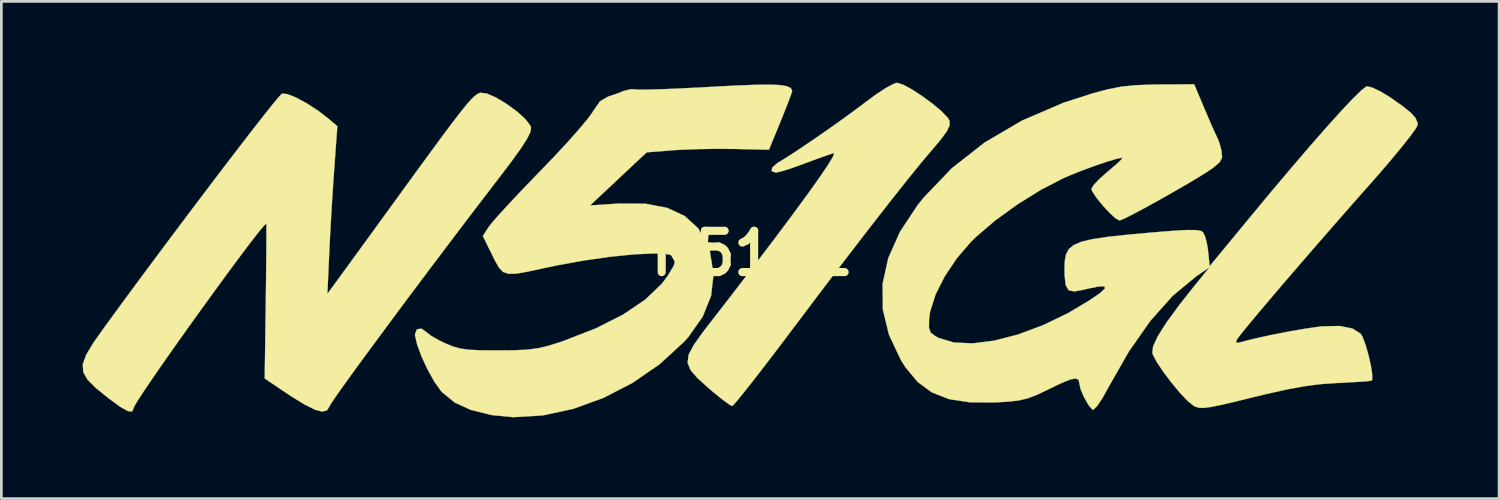
<source format=kicad_pcb>
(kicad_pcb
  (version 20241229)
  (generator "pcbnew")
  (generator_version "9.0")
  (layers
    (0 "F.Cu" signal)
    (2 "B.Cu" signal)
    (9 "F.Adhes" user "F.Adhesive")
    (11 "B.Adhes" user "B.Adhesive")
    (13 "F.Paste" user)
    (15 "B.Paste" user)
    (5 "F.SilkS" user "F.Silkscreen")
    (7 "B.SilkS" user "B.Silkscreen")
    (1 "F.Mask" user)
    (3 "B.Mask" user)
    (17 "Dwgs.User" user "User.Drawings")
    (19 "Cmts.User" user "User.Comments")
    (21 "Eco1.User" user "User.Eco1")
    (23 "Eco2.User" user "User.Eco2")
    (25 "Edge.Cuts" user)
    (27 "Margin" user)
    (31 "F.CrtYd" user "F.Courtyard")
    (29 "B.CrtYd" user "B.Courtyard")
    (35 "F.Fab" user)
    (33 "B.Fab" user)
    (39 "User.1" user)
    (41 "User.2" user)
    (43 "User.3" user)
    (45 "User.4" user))
  (footprint "N51GL"
    (layer "F.Cu")
    (at 24.631 6.3)
    (property "Reference" "N51GL" (at 0 0 0) (layer "F.SilkS") (effects (font (size 1.524 1.524) (thickness 0.3))))
    (attr through_hole)
    (fp_poly (pts (xy 5.641 -6.227) (xy 5.969 -6.05) (xy 6.35 -5.801) (xy 6.732 -5.519) (xy 7.063 -5.241) (xy 7.289 -5.006) (xy 7.357 -4.889) (xy 7.355 -4.717) (xy 7.248 -4.495) (xy 7.015 -4.182) (xy 6.818 -3.95) (xy 6.376 -3.427) (xy 5.815 -2.738) (xy 5.147 -1.895) (xy 4.381 -0.912) (xy 3.528 0.197) (xy 2.598 1.419) (xy 1.601 2.742) (xy 1.566 2.788) (xy 1.046 3.478) (xy 0.565 4.108) (xy 0.141 4.656) (xy -0.211 5.102) (xy -0.474 5.425) (xy -0.631 5.603) (xy -0.667 5.632) (xy -0.79 5.564) (xy -1.035 5.383) (xy -1.361 5.119) (xy -1.543 4.964) (xy -1.945 4.602) (xy -2.201 4.307) (xy -2.31 4.034) (xy -2.273 3.742) (xy -2.09 3.388) (xy -1.763 2.929) (xy -1.569 2.676) (xy -0.64 1.477) (xy 0.199 0.382) (xy 0.945 -0.601) (xy 1.589 -1.464) (xy 2.128 -2.198) (xy 2.554 -2.797) (xy 2.862 -3.251) (xy 3.046 -3.552) (xy 3.101 -3.694) (xy 3.079 -3.702) (xy 2.853 -3.627) (xy 2.491 -3.498) (xy 2.062 -3.34) (xy 1.964 -3.303) (xy 1.547 -3.153) (xy 1.196 -3.041) (xy 0.973 -2.985) (xy 0.942 -2.982) (xy 0.791 -3.036) (xy 0.812 -3.168) (xy 0.995 -3.328) (xy 1.014 -3.34) (xy 1.373 -3.56) (xy 1.858 -3.879) (xy 2.421 -4.26) (xy 3.011 -4.671) (xy 3.579 -5.077) (xy 4.075 -5.443) (xy 4.272 -5.593) (xy 4.674 -5.888) (xy 5.036 -6.122) (xy 5.31 -6.265) (xy 5.419 -6.295) (xy 5.641 -6.227)) (stroke (width 0.01) (type solid)) (fill yes) (layer "F.SilkS"))
    (fp_poly (pts (xy -9.717 -5.898) (xy -9.379 -5.75) (xy -8.995 -5.52) (xy -8.62 -5.248) (xy -8.31 -4.97) (xy -8.119 -4.726) (xy -8.085 -4.63) (xy -8.113 -4.474) (xy -8.234 -4.229) (xy -8.46 -3.877) (xy -8.805 -3.398) (xy -9.281 -2.77) (xy -9.288 -2.761) (xy -9.896 -1.97) (xy -10.533 -1.134) (xy -11.186 -0.272) (xy -11.842 0.597) (xy -12.485 1.455) (xy -13.102 2.282) (xy -13.678 3.06) (xy -14.201 3.769) (xy -14.656 4.392) (xy -15.028 4.908) (xy -15.305 5.3) (xy -15.471 5.548) (xy -15.514 5.626) (xy -15.613 5.787) (xy -15.788 5.837) (xy -16.06 5.767) (xy -16.45 5.572) (xy -16.978 5.245) (xy -17.267 5.052) (xy -17.914 4.614) (xy -17.874 1.755) (xy -17.864 0.986) (xy -17.857 0.296) (xy -17.852 -0.287) (xy -17.85 -0.734) (xy -17.851 -1.016) (xy -17.854 -1.104) (xy -17.947 -1.018) (xy -18.149 -0.774) (xy -18.442 -0.397) (xy -18.809 0.089) (xy -19.232 0.66) (xy -19.694 1.291) (xy -20.178 1.959) (xy -20.667 2.638) (xy -21.142 3.306) (xy -21.587 3.938) (xy -21.984 4.509) (xy -22.315 4.996) (xy -22.565 5.375) (xy -22.714 5.62) (xy -22.75 5.703) (xy -22.8 5.831) (xy -22.96 5.819) (xy -23.245 5.66) (xy -23.67 5.349) (xy -23.688 5.335) (xy -24.144 4.966) (xy -24.45 4.661) (xy -24.61 4.38) (xy -24.626 4.085) (xy -24.498 3.735) (xy -24.229 3.291) (xy -23.821 2.715) (xy -23.815 2.706) (xy -23.249 1.931) (xy -22.643 1.108) (xy -22.009 0.254) (xy -21.363 -0.611) (xy -20.718 -1.47) (xy -20.088 -2.304) (xy -19.488 -3.095) (xy -18.931 -3.823) (xy -18.431 -4.471) (xy -18.003 -5.02) (xy -17.66 -5.451) (xy -17.417 -5.746) (xy -17.288 -5.887) (xy -17.275 -5.896) (xy -17.076 -5.878) (xy -16.754 -5.749) (xy -16.359 -5.535) (xy -15.94 -5.263) (xy -15.56 -4.97) (xy -15.234 -4.693) (xy -15.351 -3.092) (xy -15.402 -2.342) (xy -15.454 -1.501) (xy -15.501 -0.674) (xy -15.534 0) (xy -15.601 1.491) (xy -15.196 0.939) (xy -15.019 0.696) (xy -14.735 0.307) (xy -14.368 -0.198) (xy -13.939 -0.788) (xy -13.473 -1.43) (xy -13.108 -1.933) (xy -12.421 -2.878) (xy -11.85 -3.66) (xy -11.384 -4.294) (xy -11.009 -4.797) (xy -10.713 -5.182) (xy -10.484 -5.468) (xy -10.309 -5.668) (xy -10.176 -5.8) (xy -10.072 -5.878) (xy -9.985 -5.919) (xy -9.955 -5.928) (xy -9.717 -5.898)) (stroke (width 0.01) (type solid)) (fill yes) (layer "F.SilkS"))
    (fp_poly (pts (xy 1.1 -6.211) (xy 1.351 -6.17) (xy 1.492 -6.105) (xy 1.544 -6.013) (xy 1.546 -5.987) (xy 1.507 -5.858) (xy 1.4 -5.572) (xy 1.244 -5.176) (xy 1.119 -4.867) (xy 0.692 -3.826) (xy -0.593 -3.854) (xy -1.233 -3.859) (xy -1.915 -3.848) (xy -2.537 -3.825) (xy -2.849 -3.806) (xy -3.82 -3.73) (xy -4.864 -2.751) (xy -5.908 -1.771) (xy -4.847 -1.839) (xy -3.877 -1.835) (xy -3.07 -1.683) (xy -2.42 -1.382) (xy -1.925 -0.93) (xy -1.579 -0.324) (xy -1.483 -0.044) (xy -1.353 0.769) (xy -1.443 1.562) (xy -1.753 2.334) (xy -2.283 3.086) (xy -2.451 3.271) (xy -3.341 4.086) (xy -4.342 4.777) (xy -5.418 5.332) (xy -6.535 5.737) (xy -7.656 5.978) (xy -8.747 6.043) (xy -9.549 5.963) (xy -10.313 5.773) (xy -10.903 5.503) (xy -11.357 5.132) (xy -11.422 5.06) (xy -11.658 4.725) (xy -11.902 4.287) (xy -12.122 3.814) (xy -12.287 3.374) (xy -12.366 3.034) (xy -12.369 2.981) (xy -12.297 2.8) (xy -12.129 2.776) (xy -11.937 2.914) (xy -11.769 3.043) (xy -11.473 3.211) (xy -11.233 3.326) (xy -10.96 3.437) (xy -10.693 3.511) (xy -10.378 3.554) (xy -9.96 3.575) (xy -9.384 3.58) (xy -9.277 3.58) (xy -8.666 3.573) (xy -8.206 3.549) (xy -7.827 3.499) (xy -7.458 3.412) (xy -7.03 3.278) (xy -6.878 3.226) (xy -5.686 2.762) (xy -4.679 2.251) (xy -3.865 1.699) (xy -3.256 1.113) (xy -3.048 0.834) (xy -2.823 0.458) (xy -2.752 0.215) (xy -2.853 0.076) (xy -3.141 0.014) (xy -3.562 0.002) (xy -4.3 0.036) (xy -5.186 0.126) (xy -6.156 0.265) (xy -7.148 0.445) (xy -7.612 0.543) (xy -8.208 0.672) (xy -8.63 0.746) (xy -8.92 0.753) (xy -9.119 0.683) (xy -9.27 0.526) (xy -9.415 0.271) (xy -9.516 0.067) (xy -9.865 -0.64) (xy -9.654 -0.972) (xy -9.515 -1.148) (xy -9.247 -1.453) (xy -8.875 -1.857) (xy -8.426 -2.334) (xy -7.925 -2.855) (xy -7.73 -3.055) (xy -7.215 -3.591) (xy -6.74 -4.103) (xy -6.334 -4.56) (xy -6.022 -4.931) (xy -5.831 -5.188) (xy -5.798 -5.245) (xy -5.541 -5.613) (xy -5.246 -5.785) (xy -4.92 -5.894) (xy -4.673 -5.993) (xy -4.398 -6.06) (xy -4.229 -6.05) (xy -4.064 -6.041) (xy -3.713 -6.045) (xy -3.209 -6.06) (xy -2.585 -6.086) (xy -1.877 -6.121) (xy -1.451 -6.145) (xy -0.538 -6.193) (xy 0.177 -6.221) (xy 0.715 -6.227) (xy 1.1 -6.211)) (stroke (width 0.01) (type solid)) (fill yes) (layer "F.SilkS"))
    (fp_poly (pts (xy 16.777 -5.301) (xy 16.959 -4.875) (xy 17.114 -4.524) (xy 17.218 -4.299) (xy 17.243 -4.252) (xy 17.314 -4.072) (xy 17.387 -3.795) (xy 17.387 -3.793) (xy 17.412 -3.549) (xy 17.328 -3.37) (xy 17.096 -3.169) (xy 16.858 -3.008) (xy 16.493 -2.782) (xy 16.039 -2.512) (xy 15.535 -2.222) (xy 15.021 -1.932) (xy 14.535 -1.664) (xy 14.116 -1.441) (xy 13.803 -1.285) (xy 13.635 -1.216) (xy 13.624 -1.215) (xy 13.48 -1.295) (xy 13.257 -1.499) (xy 13.008 -1.769) (xy 12.781 -2.048) (xy 12.627 -2.279) (xy 12.59 -2.384) (xy 12.67 -2.52) (xy 12.882 -2.744) (xy 13.18 -3.009) (xy 13.207 -3.031) (xy 13.493 -3.273) (xy 13.682 -3.451) (xy 13.737 -3.531) (xy 13.732 -3.532) (xy 13.524 -3.492) (xy 13.169 -3.386) (xy 12.725 -3.236) (xy 12.247 -3.06) (xy 11.794 -2.879) (xy 11.554 -2.775) (xy 10.719 -2.344) (xy 9.853 -1.804) (xy 9.03 -1.208) (xy 8.325 -0.605) (xy 8.157 -0.441) (xy 7.625 0.177) (xy 7.176 0.848) (xy 6.838 1.52) (xy 6.639 2.144) (xy 6.6 2.429) (xy 6.596 2.744) (xy 6.66 2.925) (xy 6.837 3.057) (xy 6.957 3.119) (xy 7.517 3.289) (xy 8.212 3.319) (xy 9.011 3.217) (xy 9.885 2.992) (xy 10.803 2.65) (xy 11.735 2.199) (xy 12.534 1.723) (xy 12.911 1.462) (xy 13.09 1.294) (xy 13.07 1.215) (xy 12.848 1.222) (xy 12.422 1.31) (xy 12.296 1.341) (xy 11.958 1.403) (xy 11.75 1.359) (xy 11.641 1.176) (xy 11.601 0.821) (xy 11.597 0.592) (xy 11.606 0.286) (xy 11.651 0.04) (xy 11.753 -0.156) (xy 11.936 -0.309) (xy 12.222 -0.43) (xy 12.635 -0.528) (xy 13.196 -0.612) (xy 13.93 -0.691) (xy 14.858 -0.774) (xy 14.995 -0.786) (xy 15.656 -0.838) (xy 16.129 -0.863) (xy 16.443 -0.86) (xy 16.628 -0.831) (xy 16.704 -0.789) (xy 16.791 -0.608) (xy 16.866 -0.294) (xy 16.894 -0.092) (xy 16.952 0.473) (xy 18.399 -1.282) (xy 19.213 -2.263) (xy 19.972 -3.162) (xy 20.663 -3.968) (xy 21.276 -4.667) (xy 21.8 -5.248) (xy 22.223 -5.697) (xy 22.534 -6.002) (xy 22.722 -6.151) (xy 22.754 -6.164) (xy 22.944 -6.122) (xy 23.248 -5.979) (xy 23.601 -5.765) (xy 23.617 -5.754) (xy 24.078 -5.43) (xy 24.379 -5.187) (xy 24.55 -4.995) (xy 24.62 -4.825) (xy 24.627 -4.743) (xy 24.556 -4.604) (xy 24.356 -4.327) (xy 24.048 -3.937) (xy 23.652 -3.459) (xy 23.188 -2.918) (xy 22.832 -2.514) (xy 22.23 -1.833) (xy 21.605 -1.121) (xy 20.976 -0.399) (xy 20.36 0.311) (xy 19.777 0.989) (xy 19.243 1.614) (xy 18.778 2.163) (xy 18.4 2.616) (xy 18.127 2.952) (xy 17.976 3.149) (xy 17.958 3.176) (xy 17.921 3.291) (xy 18.039 3.292) (xy 18.124 3.269) (xy 18.585 3.15) (xy 19.184 3.018) (xy 19.84 2.889) (xy 20.469 2.779) (xy 20.992 2.704) (xy 21.116 2.691) (xy 21.744 2.678) (xy 22.219 2.77) (xy 22.521 2.961) (xy 22.593 3.075) (xy 22.714 3.402) (xy 22.822 3.785) (xy 22.905 4.162) (xy 22.951 4.476) (xy 22.947 4.666) (xy 22.925 4.695) (xy 22.771 4.715) (xy 22.447 4.739) (xy 22.005 4.765) (xy 21.629 4.783) (xy 21.039 4.824) (xy 20.434 4.903) (xy 19.757 5.028) (xy 18.952 5.21) (xy 18.55 5.308) (xy 17.86 5.478) (xy 17.351 5.596) (xy 16.987 5.669) (xy 16.735 5.7) (xy 16.561 5.695) (xy 16.432 5.658) (xy 16.36 5.622) (xy 16.139 5.442) (xy 15.848 5.134) (xy 15.53 4.751) (xy 15.229 4.349) (xy 14.987 3.985) (xy 14.849 3.713) (xy 14.838 3.678) (xy 14.865 3.433) (xy 15.038 3.058) (xy 15.362 2.546) (xy 15.84 1.894) (xy 16.373 1.219) (xy 16.952 0.506) (xy 16.455 0.848) (xy 15.594 1.559) (xy 14.763 2.489) (xy 13.962 3.635) (xy 13.251 4.881) (xy 12.999 5.335) (xy 12.797 5.637) (xy 12.662 5.766) (xy 12.63 5.765) (xy 12.484 5.597) (xy 12.322 5.316) (xy 12.194 5.018) (xy 12.148 4.816) (xy 12.119 4.668) (xy 12.012 4.613) (xy 11.797 4.656) (xy 11.445 4.802) (xy 11.052 4.992) (xy 10.602 5.208) (xy 10.246 5.346) (xy 9.902 5.427) (xy 9.485 5.473) (xy 9.052 5.498) (xy 8.114 5.495) (xy 7.343 5.378) (xy 6.709 5.132) (xy 6.181 4.746) (xy 5.73 4.205) (xy 5.565 3.945) (xy 5.121 3.007) (xy 4.894 2.068) (xy 4.885 1.123) (xy 5.095 0.17) (xy 5.524 -0.794) (xy 6.172 -1.773) (xy 6.397 -2.054) (xy 7.442 -3.145) (xy 8.655 -4.095) (xy 10.03 -4.901) (xy 11.56 -5.559) (xy 12.645 -5.909) (xy 13.214 -6.059) (xy 13.707 -6.154) (xy 14.214 -6.206) (xy 14.823 -6.228) (xy 15.065 -6.231) (xy 16.381 -6.24) (xy 16.777 -5.301)) (stroke (width 0.01) (type solid)) (fill yes) (layer "F.SilkS")))
  (gr_rect
    (start -3 -3)
    (end 52.263 15.347)
    (stroke (width 0.1) (type default))
    (fill no)
    (layer "Edge.Cuts")))
</source>
